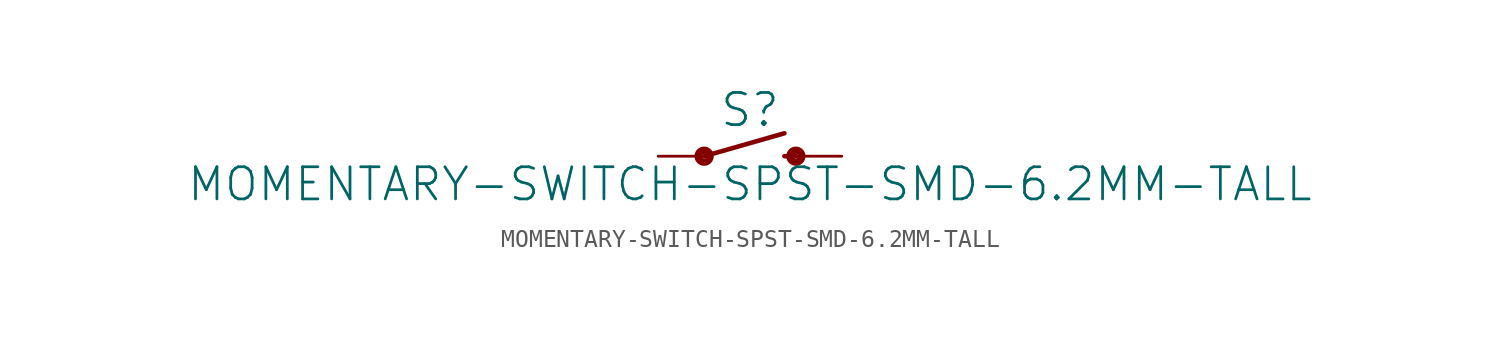
<source format=kicad_sym>
(kicad_symbol_lib
  (version 20220331)
  (generator kicad_symbol_editor)
  (symbol "MOMENTARY-SWITCH-SPST-SMD-6.2MM-TALL"
    (property "Reference" "S"
      (at 0 1.524 0)
      (effects (font (size 1.778 1.778)) (justify bottom)))
    (property "Value" "MOMENTARY-SWITCH-SPST-SMD-6.2MM-TALL"
      (at 0 -0.508 0)
      (effects (font (size 1.778 1.778)) (justify top)))
    (property "ki_locked" ""
      (at 0 0 0)
      (effects (font (size 1.27 1.27))))
    (symbol "MOMENTARY-SWITCH-SPST-SMD-6.2MM-TALL_1_0"
      (circle (center -2.54 0) (radius 0.127) (stroke (width 0.406) (type solid)) (fill (type none)))
      (polyline (pts (xy -2.54 0) (xy 1.905 1.27)) (stroke (width 0.254) (type solid)) (fill (type none)))
      (polyline (pts (xy 1.905 0) (xy 2.54 0)) (stroke (width 0.254) (type solid)) (fill (type none)))
      (circle (center 2.54 0) (radius 0.127) (stroke (width 0.406) (type solid)) (fill (type none)))
      (pin passive line (at -5.08 0 0) (length 2.54) (name "1" (effects (font (size 0 0)))) (number "A2" (effects (font (size 0 0)))))
      (pin passive line (at 5.08 0 180) (length 2.54) (name "2" (effects (font (size 0 0)))) (number "B2" (effects (font (size 0 0))))))))
</source>
